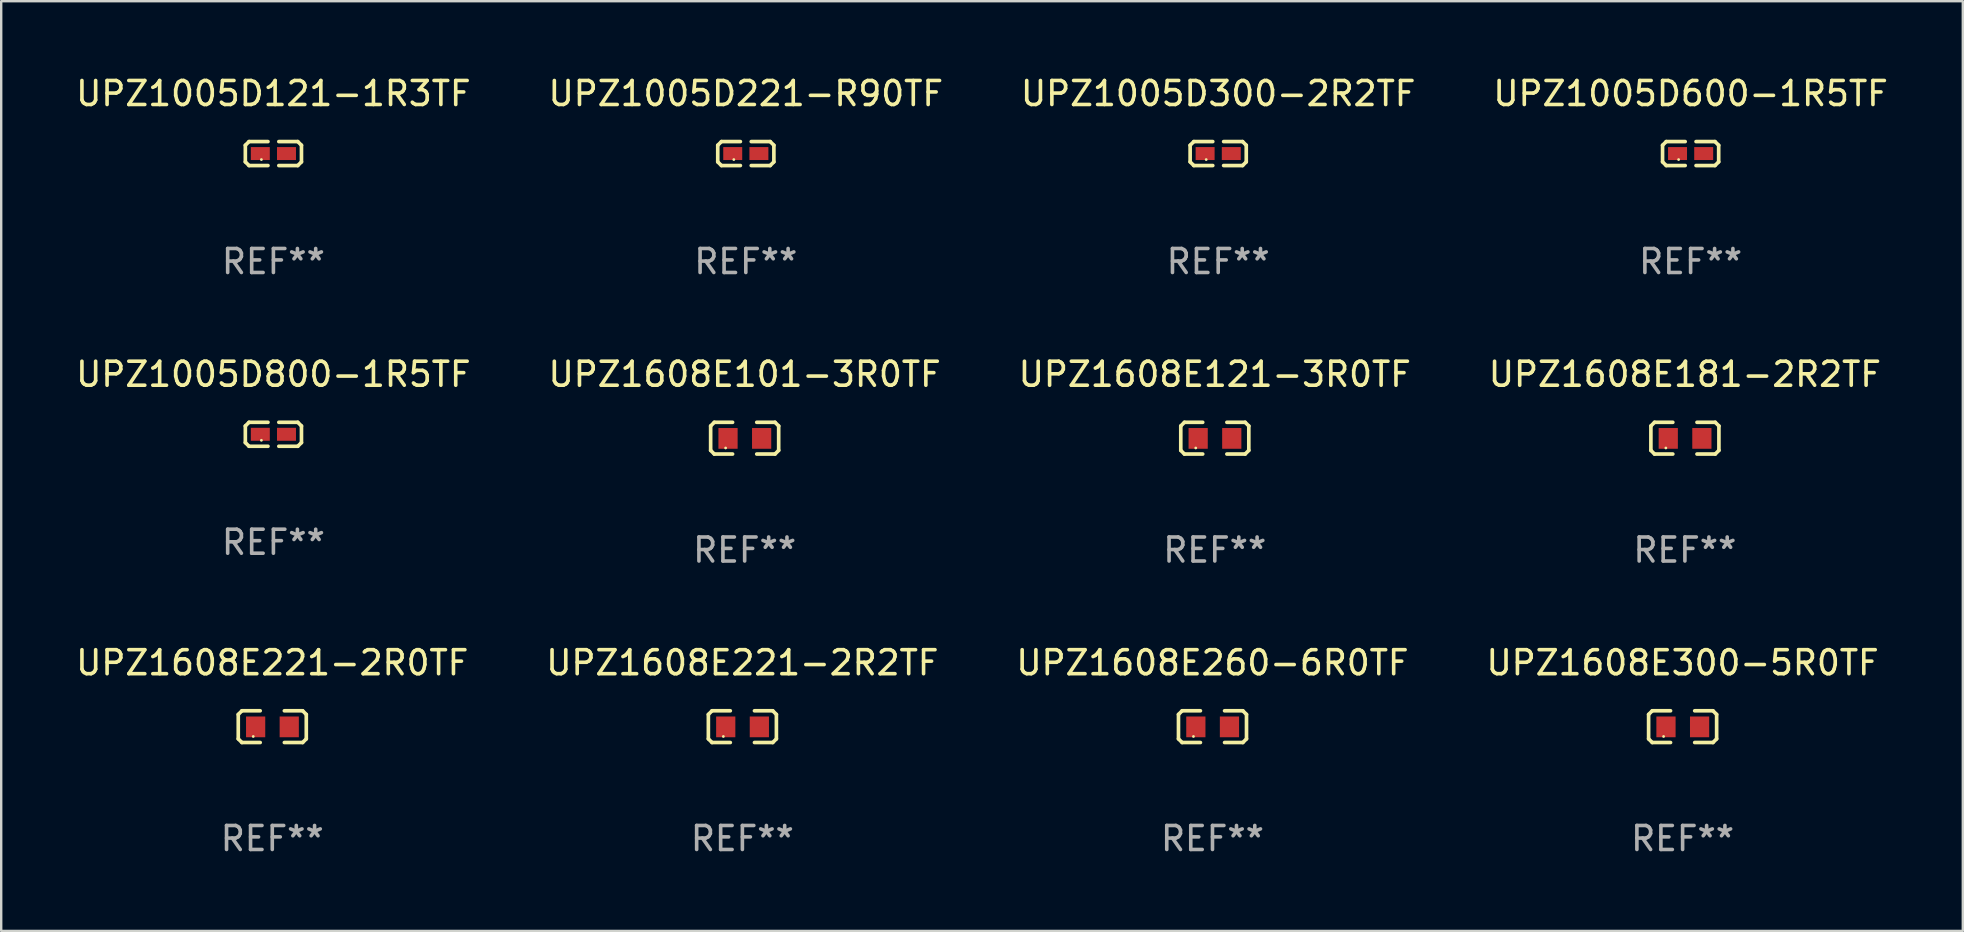
<source format=kicad_pcb>
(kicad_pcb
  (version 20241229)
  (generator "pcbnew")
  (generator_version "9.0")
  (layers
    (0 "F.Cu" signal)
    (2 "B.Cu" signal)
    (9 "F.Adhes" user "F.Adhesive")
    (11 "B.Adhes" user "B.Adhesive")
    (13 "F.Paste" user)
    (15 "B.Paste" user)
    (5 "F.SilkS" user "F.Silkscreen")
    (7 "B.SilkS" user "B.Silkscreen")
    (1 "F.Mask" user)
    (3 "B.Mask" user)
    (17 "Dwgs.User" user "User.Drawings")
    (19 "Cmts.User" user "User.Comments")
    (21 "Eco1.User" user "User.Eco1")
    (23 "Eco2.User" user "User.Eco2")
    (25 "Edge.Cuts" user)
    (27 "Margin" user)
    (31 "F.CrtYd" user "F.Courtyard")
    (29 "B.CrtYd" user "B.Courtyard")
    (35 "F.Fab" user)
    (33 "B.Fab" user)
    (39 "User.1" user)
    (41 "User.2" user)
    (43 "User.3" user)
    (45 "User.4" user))
  (footprint "UPZ1608E221-2R0TF"
    (layer "F.Cu")
    (at 8.292 27.22)
    (property "Reference" "UPZ1608E221-2R0TF" (at 0 -2.661 0) (layer "F.SilkS") (effects (font (size 1 1) (thickness 0.15))))
    (attr through_hole)
    (fp_line (start -1.417 -0.508) (end -1.265 -0.661) (stroke (width 0.152) (type solid)) (layer "F.SilkS"))
    (fp_line (start -1.417 0.508) (end -1.417 -0.508) (stroke (width 0.152) (type solid)) (layer "F.SilkS"))
    (fp_line (start -1.265 -0.661) (end -0.503 -0.661) (stroke (width 0.152) (type solid)) (layer "F.SilkS"))
    (fp_line (start -1.265 0.661) (end -1.417 0.508) (stroke (width 0.152) (type solid)) (layer "F.SilkS"))
    (fp_line (start -1.265 0.661) (end -0.503 0.661) (stroke (width 0.152) (type solid)) (layer "F.SilkS"))
    (fp_line (start 1.265 -0.661) (end 0.503 -0.661) (stroke (width 0.152) (type solid)) (layer "F.SilkS"))
    (fp_line (start 1.265 -0.661) (end 1.417 -0.508) (stroke (width 0.152) (type solid)) (layer "F.SilkS"))
    (fp_line (start 1.265 0.661) (end 0.503 0.661) (stroke (width 0.152) (type solid)) (layer "F.SilkS"))
    (fp_line (start 1.417 -0.508) (end 1.417 0.508) (stroke (width 0.152) (type solid)) (layer "F.SilkS"))
    (fp_line (start 1.417 0.508) (end 1.265 0.661) (stroke (width 0.152) (type solid)) (layer "F.SilkS"))
    (fp_circle (center -0.793 0.409) (end -0.763 0.409) (stroke (width 0.06) (type solid)) (fill no) (layer "F.SilkS"))
    (fp_text user "REF**" (at 0 4.661 0) (layer "F.Fab") (effects (font (size 1 1) (thickness 0.15))))
    (pad "1" smd rect (at -0.693 0.009 180) (size 0.8 0.864) (layers "F.Cu" "F.Mask" "F.Paste"))
    (pad "2" smd rect (at 0.707 0.009 180) (size 0.8 0.864) (layers "F.Cu" "F.Mask" "F.Paste")))
  (footprint "UPZ1608E260-6R0TF"
    (layer "F.Cu")
    (at 47.458 27.22)
    (property "Reference" "UPZ1608E260-6R0TF" (at 0 -2.661 0) (layer "F.SilkS") (effects (font (size 1 1) (thickness 0.15))))
    (attr through_hole)
    (fp_line (start -1.417 -0.508) (end -1.265 -0.661) (stroke (width 0.152) (type solid)) (layer "F.SilkS"))
    (fp_line (start -1.417 0.508) (end -1.417 -0.508) (stroke (width 0.152) (type solid)) (layer "F.SilkS"))
    (fp_line (start -1.265 -0.661) (end -0.503 -0.661) (stroke (width 0.152) (type solid)) (layer "F.SilkS"))
    (fp_line (start -1.265 0.661) (end -1.417 0.508) (stroke (width 0.152) (type solid)) (layer "F.SilkS"))
    (fp_line (start -1.265 0.661) (end -0.503 0.661) (stroke (width 0.152) (type solid)) (layer "F.SilkS"))
    (fp_line (start 1.265 -0.661) (end 0.503 -0.661) (stroke (width 0.152) (type solid)) (layer "F.SilkS"))
    (fp_line (start 1.265 -0.661) (end 1.417 -0.508) (stroke (width 0.152) (type solid)) (layer "F.SilkS"))
    (fp_line (start 1.265 0.661) (end 0.503 0.661) (stroke (width 0.152) (type solid)) (layer "F.SilkS"))
    (fp_line (start 1.417 -0.508) (end 1.417 0.508) (stroke (width 0.152) (type solid)) (layer "F.SilkS"))
    (fp_line (start 1.417 0.508) (end 1.265 0.661) (stroke (width 0.152) (type solid)) (layer "F.SilkS"))
    (fp_circle (center -0.793 0.409) (end -0.763 0.409) (stroke (width 0.06) (type solid)) (fill no) (layer "F.SilkS"))
    (fp_text user "REF**" (at 0 4.661 0) (layer "F.Fab") (effects (font (size 1 1) (thickness 0.15))))
    (pad "1" smd rect (at -0.693 0.009 180) (size 0.8 0.864) (layers "F.Cu" "F.Mask" "F.Paste"))
    (pad "2" smd rect (at 0.707 0.009 180) (size 0.8 0.864) (layers "F.Cu" "F.Mask" "F.Paste")))
  (footprint "UPZ1608E300-5R0TF"
    (layer "F.Cu")
    (at 67.042 27.22)
    (property "Reference" "UPZ1608E300-5R0TF" (at 0 -2.661 0) (layer "F.SilkS") (effects (font (size 1 1) (thickness 0.15))))
    (attr through_hole)
    (fp_line (start -1.417 -0.508) (end -1.265 -0.661) (stroke (width 0.152) (type solid)) (layer "F.SilkS"))
    (fp_line (start -1.417 0.508) (end -1.417 -0.508) (stroke (width 0.152) (type solid)) (layer "F.SilkS"))
    (fp_line (start -1.265 -0.661) (end -0.503 -0.661) (stroke (width 0.152) (type solid)) (layer "F.SilkS"))
    (fp_line (start -1.265 0.661) (end -1.417 0.508) (stroke (width 0.152) (type solid)) (layer "F.SilkS"))
    (fp_line (start -1.265 0.661) (end -0.503 0.661) (stroke (width 0.152) (type solid)) (layer "F.SilkS"))
    (fp_line (start 1.265 -0.661) (end 0.503 -0.661) (stroke (width 0.152) (type solid)) (layer "F.SilkS"))
    (fp_line (start 1.265 -0.661) (end 1.417 -0.508) (stroke (width 0.152) (type solid)) (layer "F.SilkS"))
    (fp_line (start 1.265 0.661) (end 0.503 0.661) (stroke (width 0.152) (type solid)) (layer "F.SilkS"))
    (fp_line (start 1.417 -0.508) (end 1.417 0.508) (stroke (width 0.152) (type solid)) (layer "F.SilkS"))
    (fp_line (start 1.417 0.508) (end 1.265 0.661) (stroke (width 0.152) (type solid)) (layer "F.SilkS"))
    (fp_circle (center -0.793 0.409) (end -0.763 0.409) (stroke (width 0.06) (type solid)) (fill no) (layer "F.SilkS"))
    (fp_text user "REF**" (at 0 4.661 0) (layer "F.Fab") (effects (font (size 1 1) (thickness 0.15))))
    (pad "1" smd rect (at -0.693 0.009 180) (size 0.8 0.864) (layers "F.Cu" "F.Mask" "F.Paste"))
    (pad "2" smd rect (at 0.707 0.009 180) (size 0.8 0.864) (layers "F.Cu" "F.Mask" "F.Paste")))
  (footprint "UPZ1608E221-2R2TF"
    (layer "F.Cu")
    (at 27.875 27.22)
    (property "Reference" "UPZ1608E221-2R2TF" (at 0 -2.661 0) (layer "F.SilkS") (effects (font (size 1 1) (thickness 0.15))))
    (attr through_hole)
    (fp_line (start -1.417 -0.508) (end -1.265 -0.661) (stroke (width 0.152) (type solid)) (layer "F.SilkS"))
    (fp_line (start -1.417 0.508) (end -1.417 -0.508) (stroke (width 0.152) (type solid)) (layer "F.SilkS"))
    (fp_line (start -1.265 -0.661) (end -0.503 -0.661) (stroke (width 0.152) (type solid)) (layer "F.SilkS"))
    (fp_line (start -1.265 0.661) (end -1.417 0.508) (stroke (width 0.152) (type solid)) (layer "F.SilkS"))
    (fp_line (start -1.265 0.661) (end -0.503 0.661) (stroke (width 0.152) (type solid)) (layer "F.SilkS"))
    (fp_line (start 1.265 -0.661) (end 0.503 -0.661) (stroke (width 0.152) (type solid)) (layer "F.SilkS"))
    (fp_line (start 1.265 -0.661) (end 1.417 -0.508) (stroke (width 0.152) (type solid)) (layer "F.SilkS"))
    (fp_line (start 1.265 0.661) (end 0.503 0.661) (stroke (width 0.152) (type solid)) (layer "F.SilkS"))
    (fp_line (start 1.417 -0.508) (end 1.417 0.508) (stroke (width 0.152) (type solid)) (layer "F.SilkS"))
    (fp_line (start 1.417 0.508) (end 1.265 0.661) (stroke (width 0.152) (type solid)) (layer "F.SilkS"))
    (fp_circle (center -0.793 0.409) (end -0.763 0.409) (stroke (width 0.06) (type solid)) (fill no) (layer "F.SilkS"))
    (fp_text user "REF**" (at 0 4.661 0) (layer "F.Fab") (effects (font (size 1 1) (thickness 0.15))))
    (pad "1" smd rect (at -0.693 0.009 180) (size 0.8 0.864) (layers "F.Cu" "F.Mask" "F.Paste"))
    (pad "2" smd rect (at 0.707 0.009 180) (size 0.8 0.864) (layers "F.Cu" "F.Mask" "F.Paste")))
  (footprint "UPZ1005D300-2R2TF"
    (layer "F.Cu")
    (at 47.696 3.347)
    (property "Reference" "UPZ1005D300-2R2TF" (at 0 -2.499 0) (layer "F.SilkS") (effects (font (size 1 1) (thickness 0.15))))
    (attr through_hole)
    (fp_line (start -1.169 -0.346) (end -1.016 -0.499) (stroke (width 0.152) (type solid)) (layer "F.SilkS"))
    (fp_line (start -1.169 0.346) (end -1.169 -0.346) (stroke (width 0.152) (type solid)) (layer "F.SilkS"))
    (fp_line (start -1.016 -0.499) (end -0.226 -0.499) (stroke (width 0.152) (type solid)) (layer "F.SilkS"))
    (fp_line (start -1.016 0.499) (end -1.169 0.346) (stroke (width 0.152) (type solid)) (layer "F.SilkS"))
    (fp_line (start -0.226 0.499) (end -1.016 0.499) (stroke (width 0.152) (type solid)) (layer "F.SilkS"))
    (fp_line (start 0.226 0.499) (end 1.016 0.499) (stroke (width 0.152) (type solid)) (layer "F.SilkS"))
    (fp_line (start 1.016 -0.499) (end 0.226 -0.499) (stroke (width 0.152) (type solid)) (layer "F.SilkS"))
    (fp_line (start 1.016 0.499) (end 1.169 0.346) (stroke (width 0.152) (type solid)) (layer "F.SilkS"))
    (fp_line (start 1.169 -0.346) (end 1.016 -0.499) (stroke (width 0.152) (type solid)) (layer "F.SilkS"))
    (fp_line (start 1.169 0.346) (end 1.169 -0.346) (stroke (width 0.152) (type solid)) (layer "F.SilkS"))
    (fp_circle (center -0.5 0.25) (end -0.47 0.25) (stroke (width 0.06) (type solid)) (fill no) (layer "F.SilkS"))
    (fp_text user "REF**" (at 0 4.499 0) (layer "F.Fab") (effects (font (size 1 1) (thickness 0.15))))
    (pad "1" smd rect (at -0.545 0) (size 0.79 0.54) (layers "F.Cu" "F.Mask" "F.Paste"))
    (pad "2" smd rect (at 0.545 0) (size 0.79 0.54) (layers "F.Cu" "F.Mask" "F.Paste")))
  (footprint "UPZ1005D221-R90TF"
    (layer "F.Cu")
    (at 28.018 3.347)
    (property "Reference" "UPZ1005D221-R90TF" (at 0 -2.499 0) (layer "F.SilkS") (effects (font (size 1 1) (thickness 0.15))))
    (attr through_hole)
    (fp_line (start -1.169 -0.346) (end -1.016 -0.499) (stroke (width 0.152) (type solid)) (layer "F.SilkS"))
    (fp_line (start -1.169 0.346) (end -1.169 -0.346) (stroke (width 0.152) (type solid)) (layer "F.SilkS"))
    (fp_line (start -1.016 -0.499) (end -0.226 -0.499) (stroke (width 0.152) (type solid)) (layer "F.SilkS"))
    (fp_line (start -1.016 0.499) (end -1.169 0.346) (stroke (width 0.152) (type solid)) (layer "F.SilkS"))
    (fp_line (start -0.226 0.499) (end -1.016 0.499) (stroke (width 0.152) (type solid)) (layer "F.SilkS"))
    (fp_line (start 0.226 0.499) (end 1.016 0.499) (stroke (width 0.152) (type solid)) (layer "F.SilkS"))
    (fp_line (start 1.016 -0.499) (end 0.226 -0.499) (stroke (width 0.152) (type solid)) (layer "F.SilkS"))
    (fp_line (start 1.016 0.499) (end 1.169 0.346) (stroke (width 0.152) (type solid)) (layer "F.SilkS"))
    (fp_line (start 1.169 -0.346) (end 1.016 -0.499) (stroke (width 0.152) (type solid)) (layer "F.SilkS"))
    (fp_line (start 1.169 0.346) (end 1.169 -0.346) (stroke (width 0.152) (type solid)) (layer "F.SilkS"))
    (fp_circle (center -0.5 0.25) (end -0.47 0.25) (stroke (width 0.06) (type solid)) (fill no) (layer "F.SilkS"))
    (fp_text user "REF**" (at 0 4.499 0) (layer "F.Fab") (effects (font (size 1 1) (thickness 0.15))))
    (pad "1" smd rect (at -0.545 0) (size 0.79 0.54) (layers "F.Cu" "F.Mask" "F.Paste"))
    (pad "2" smd rect (at 0.545 0) (size 0.79 0.54) (layers "F.Cu" "F.Mask" "F.Paste")))
  (footprint "UPZ1005D121-1R3TF"
    (layer "F.Cu")
    (at 8.339 3.347)
    (property "Reference" "UPZ1005D121-1R3TF" (at 0 -2.499 0) (layer "F.SilkS") (effects (font (size 1 1) (thickness 0.15))))
    (attr through_hole)
    (fp_line (start -1.169 -0.346) (end -1.016 -0.499) (stroke (width 0.152) (type solid)) (layer "F.SilkS"))
    (fp_line (start -1.169 0.346) (end -1.169 -0.346) (stroke (width 0.152) (type solid)) (layer "F.SilkS"))
    (fp_line (start -1.016 -0.499) (end -0.226 -0.499) (stroke (width 0.152) (type solid)) (layer "F.SilkS"))
    (fp_line (start -1.016 0.499) (end -1.169 0.346) (stroke (width 0.152) (type solid)) (layer "F.SilkS"))
    (fp_line (start -0.226 0.499) (end -1.016 0.499) (stroke (width 0.152) (type solid)) (layer "F.SilkS"))
    (fp_line (start 0.226 0.499) (end 1.016 0.499) (stroke (width 0.152) (type solid)) (layer "F.SilkS"))
    (fp_line (start 1.016 -0.499) (end 0.226 -0.499) (stroke (width 0.152) (type solid)) (layer "F.SilkS"))
    (fp_line (start 1.016 0.499) (end 1.169 0.346) (stroke (width 0.152) (type solid)) (layer "F.SilkS"))
    (fp_line (start 1.169 -0.346) (end 1.016 -0.499) (stroke (width 0.152) (type solid)) (layer "F.SilkS"))
    (fp_line (start 1.169 0.346) (end 1.169 -0.346) (stroke (width 0.152) (type solid)) (layer "F.SilkS"))
    (fp_circle (center -0.5 0.25) (end -0.47 0.25) (stroke (width 0.06) (type solid)) (fill no) (layer "F.SilkS"))
    (fp_text user "REF**" (at 0 4.499 0) (layer "F.Fab") (effects (font (size 1 1) (thickness 0.15))))
    (pad "1" smd rect (at -0.545 0) (size 0.79 0.54) (layers "F.Cu" "F.Mask" "F.Paste"))
    (pad "2" smd rect (at 0.545 0) (size 0.79 0.54) (layers "F.Cu" "F.Mask" "F.Paste")))
  (footprint "UPZ1005D600-1R5TF"
    (layer "F.Cu")
    (at 67.375 3.347)
    (property "Reference" "UPZ1005D600-1R5TF" (at 0 -2.499 0) (layer "F.SilkS") (effects (font (size 1 1) (thickness 0.15))))
    (attr through_hole)
    (fp_line (start -1.169 -0.346) (end -1.016 -0.499) (stroke (width 0.152) (type solid)) (layer "F.SilkS"))
    (fp_line (start -1.169 0.346) (end -1.169 -0.346) (stroke (width 0.152) (type solid)) (layer "F.SilkS"))
    (fp_line (start -1.016 -0.499) (end -0.226 -0.499) (stroke (width 0.152) (type solid)) (layer "F.SilkS"))
    (fp_line (start -1.016 0.499) (end -1.169 0.346) (stroke (width 0.152) (type solid)) (layer "F.SilkS"))
    (fp_line (start -0.226 0.499) (end -1.016 0.499) (stroke (width 0.152) (type solid)) (layer "F.SilkS"))
    (fp_line (start 0.226 0.499) (end 1.016 0.499) (stroke (width 0.152) (type solid)) (layer "F.SilkS"))
    (fp_line (start 1.016 -0.499) (end 0.226 -0.499) (stroke (width 0.152) (type solid)) (layer "F.SilkS"))
    (fp_line (start 1.016 0.499) (end 1.169 0.346) (stroke (width 0.152) (type solid)) (layer "F.SilkS"))
    (fp_line (start 1.169 -0.346) (end 1.016 -0.499) (stroke (width 0.152) (type solid)) (layer "F.SilkS"))
    (fp_line (start 1.169 0.346) (end 1.169 -0.346) (stroke (width 0.152) (type solid)) (layer "F.SilkS"))
    (fp_circle (center -0.5 0.25) (end -0.47 0.25) (stroke (width 0.06) (type solid)) (fill no) (layer "F.SilkS"))
    (fp_text user "REF**" (at 0 4.499 0) (layer "F.Fab") (effects (font (size 1 1) (thickness 0.15))))
    (pad "1" smd rect (at -0.545 0) (size 0.79 0.54) (layers "F.Cu" "F.Mask" "F.Paste"))
    (pad "2" smd rect (at 0.545 0) (size 0.79 0.54) (layers "F.Cu" "F.Mask" "F.Paste")))
  (footprint "UPZ1608E181-2R2TF"
    (layer "F.Cu")
    (at 67.137 15.203)
    (property "Reference" "UPZ1608E181-2R2TF" (at 0 -2.661 0) (layer "F.SilkS") (effects (font (size 1 1) (thickness 0.15))))
    (attr through_hole)
    (fp_line (start -1.417 -0.508) (end -1.265 -0.661) (stroke (width 0.152) (type solid)) (layer "F.SilkS"))
    (fp_line (start -1.417 0.508) (end -1.417 -0.508) (stroke (width 0.152) (type solid)) (layer "F.SilkS"))
    (fp_line (start -1.265 -0.661) (end -0.503 -0.661) (stroke (width 0.152) (type solid)) (layer "F.SilkS"))
    (fp_line (start -1.265 0.661) (end -1.417 0.508) (stroke (width 0.152) (type solid)) (layer "F.SilkS"))
    (fp_line (start -1.265 0.661) (end -0.503 0.661) (stroke (width 0.152) (type solid)) (layer "F.SilkS"))
    (fp_line (start 1.265 -0.661) (end 0.503 -0.661) (stroke (width 0.152) (type solid)) (layer "F.SilkS"))
    (fp_line (start 1.265 -0.661) (end 1.417 -0.508) (stroke (width 0.152) (type solid)) (layer "F.SilkS"))
    (fp_line (start 1.265 0.661) (end 0.503 0.661) (stroke (width 0.152) (type solid)) (layer "F.SilkS"))
    (fp_line (start 1.417 -0.508) (end 1.417 0.508) (stroke (width 0.152) (type solid)) (layer "F.SilkS"))
    (fp_line (start 1.417 0.508) (end 1.265 0.661) (stroke (width 0.152) (type solid)) (layer "F.SilkS"))
    (fp_circle (center -0.793 0.409) (end -0.763 0.409) (stroke (width 0.06) (type solid)) (fill no) (layer "F.SilkS"))
    (fp_text user "REF**" (at 0 4.661 0) (layer "F.Fab") (effects (font (size 1 1) (thickness 0.15))))
    (pad "1" smd rect (at -0.693 0.009 180) (size 0.8 0.864) (layers "F.Cu" "F.Mask" "F.Paste"))
    (pad "2" smd rect (at 0.707 0.009 180) (size 0.8 0.864) (layers "F.Cu" "F.Mask" "F.Paste")))
  (footprint "UPZ1608E121-3R0TF"
    (layer "F.Cu")
    (at 47.554 15.203)
    (property "Reference" "UPZ1608E121-3R0TF" (at 0 -2.661 0) (layer "F.SilkS") (effects (font (size 1 1) (thickness 0.15))))
    (attr through_hole)
    (fp_line (start -1.417 -0.508) (end -1.265 -0.661) (stroke (width 0.152) (type solid)) (layer "F.SilkS"))
    (fp_line (start -1.417 0.508) (end -1.417 -0.508) (stroke (width 0.152) (type solid)) (layer "F.SilkS"))
    (fp_line (start -1.265 -0.661) (end -0.503 -0.661) (stroke (width 0.152) (type solid)) (layer "F.SilkS"))
    (fp_line (start -1.265 0.661) (end -1.417 0.508) (stroke (width 0.152) (type solid)) (layer "F.SilkS"))
    (fp_line (start -1.265 0.661) (end -0.503 0.661) (stroke (width 0.152) (type solid)) (layer "F.SilkS"))
    (fp_line (start 1.265 -0.661) (end 0.503 -0.661) (stroke (width 0.152) (type solid)) (layer "F.SilkS"))
    (fp_line (start 1.265 -0.661) (end 1.417 -0.508) (stroke (width 0.152) (type solid)) (layer "F.SilkS"))
    (fp_line (start 1.265 0.661) (end 0.503 0.661) (stroke (width 0.152) (type solid)) (layer "F.SilkS"))
    (fp_line (start 1.417 -0.508) (end 1.417 0.508) (stroke (width 0.152) (type solid)) (layer "F.SilkS"))
    (fp_line (start 1.417 0.508) (end 1.265 0.661) (stroke (width 0.152) (type solid)) (layer "F.SilkS"))
    (fp_circle (center -0.793 0.409) (end -0.763 0.409) (stroke (width 0.06) (type solid)) (fill no) (layer "F.SilkS"))
    (fp_text user "REF**" (at 0 4.661 0) (layer "F.Fab") (effects (font (size 1 1) (thickness 0.15))))
    (pad "1" smd rect (at -0.693 0.009 180) (size 0.8 0.864) (layers "F.Cu" "F.Mask" "F.Paste"))
    (pad "2" smd rect (at 0.707 0.009 180) (size 0.8 0.864) (layers "F.Cu" "F.Mask" "F.Paste")))
  (footprint "UPZ1005D800-1R5TF"
    (layer "F.Cu")
    (at 8.339 15.041)
    (property "Reference" "UPZ1005D800-1R5TF" (at 0 -2.499 0) (layer "F.SilkS") (effects (font (size 1 1) (thickness 0.15))))
    (attr through_hole)
    (fp_line (start -1.169 -0.346) (end -1.016 -0.499) (stroke (width 0.152) (type solid)) (layer "F.SilkS"))
    (fp_line (start -1.169 0.346) (end -1.169 -0.346) (stroke (width 0.152) (type solid)) (layer "F.SilkS"))
    (fp_line (start -1.016 -0.499) (end -0.226 -0.499) (stroke (width 0.152) (type solid)) (layer "F.SilkS"))
    (fp_line (start -1.016 0.499) (end -1.169 0.346) (stroke (width 0.152) (type solid)) (layer "F.SilkS"))
    (fp_line (start -0.226 0.499) (end -1.016 0.499) (stroke (width 0.152) (type solid)) (layer "F.SilkS"))
    (fp_line (start 0.226 0.499) (end 1.016 0.499) (stroke (width 0.152) (type solid)) (layer "F.SilkS"))
    (fp_line (start 1.016 -0.499) (end 0.226 -0.499) (stroke (width 0.152) (type solid)) (layer "F.SilkS"))
    (fp_line (start 1.016 0.499) (end 1.169 0.346) (stroke (width 0.152) (type solid)) (layer "F.SilkS"))
    (fp_line (start 1.169 -0.346) (end 1.016 -0.499) (stroke (width 0.152) (type solid)) (layer "F.SilkS"))
    (fp_line (start 1.169 0.346) (end 1.169 -0.346) (stroke (width 0.152) (type solid)) (layer "F.SilkS"))
    (fp_circle (center -0.5 0.25) (end -0.47 0.25) (stroke (width 0.06) (type solid)) (fill no) (layer "F.SilkS"))
    (fp_text user "REF**" (at 0 4.499 0) (layer "F.Fab") (effects (font (size 1 1) (thickness 0.15))))
    (pad "1" smd rect (at -0.545 0) (size 0.79 0.54) (layers "F.Cu" "F.Mask" "F.Paste"))
    (pad "2" smd rect (at 0.545 0) (size 0.79 0.54) (layers "F.Cu" "F.Mask" "F.Paste")))
  (footprint "UPZ1608E101-3R0TF"
    (layer "F.Cu")
    (at 27.97 15.203)
    (property "Reference" "UPZ1608E101-3R0TF" (at 0 -2.661 0) (layer "F.SilkS") (effects (font (size 1 1) (thickness 0.15))))
    (attr through_hole)
    (fp_line (start -1.417 -0.508) (end -1.265 -0.661) (stroke (width 0.152) (type solid)) (layer "F.SilkS"))
    (fp_line (start -1.417 0.508) (end -1.417 -0.508) (stroke (width 0.152) (type solid)) (layer "F.SilkS"))
    (fp_line (start -1.265 -0.661) (end -0.503 -0.661) (stroke (width 0.152) (type solid)) (layer "F.SilkS"))
    (fp_line (start -1.265 0.661) (end -1.417 0.508) (stroke (width 0.152) (type solid)) (layer "F.SilkS"))
    (fp_line (start -1.265 0.661) (end -0.503 0.661) (stroke (width 0.152) (type solid)) (layer "F.SilkS"))
    (fp_line (start 1.265 -0.661) (end 0.503 -0.661) (stroke (width 0.152) (type solid)) (layer "F.SilkS"))
    (fp_line (start 1.265 -0.661) (end 1.417 -0.508) (stroke (width 0.152) (type solid)) (layer "F.SilkS"))
    (fp_line (start 1.265 0.661) (end 0.503 0.661) (stroke (width 0.152) (type solid)) (layer "F.SilkS"))
    (fp_line (start 1.417 -0.508) (end 1.417 0.508) (stroke (width 0.152) (type solid)) (layer "F.SilkS"))
    (fp_line (start 1.417 0.508) (end 1.265 0.661) (stroke (width 0.152) (type solid)) (layer "F.SilkS"))
    (fp_circle (center -0.793 0.409) (end -0.763 0.409) (stroke (width 0.06) (type solid)) (fill no) (layer "F.SilkS"))
    (fp_text user "REF**" (at 0 4.661 0) (layer "F.Fab") (effects (font (size 1 1) (thickness 0.15))))
    (pad "1" smd rect (at -0.693 0.009 180) (size 0.8 0.864) (layers "F.Cu" "F.Mask" "F.Paste"))
    (pad "2" smd rect (at 0.707 0.009 180) (size 0.8 0.864) (layers "F.Cu" "F.Mask" "F.Paste")))
  (gr_rect
    (start -3 -3)
    (end 78.714 35.729)
    (stroke (width 0.1) (type default))
    (fill no)
    (layer "Edge.Cuts")))
</source>
